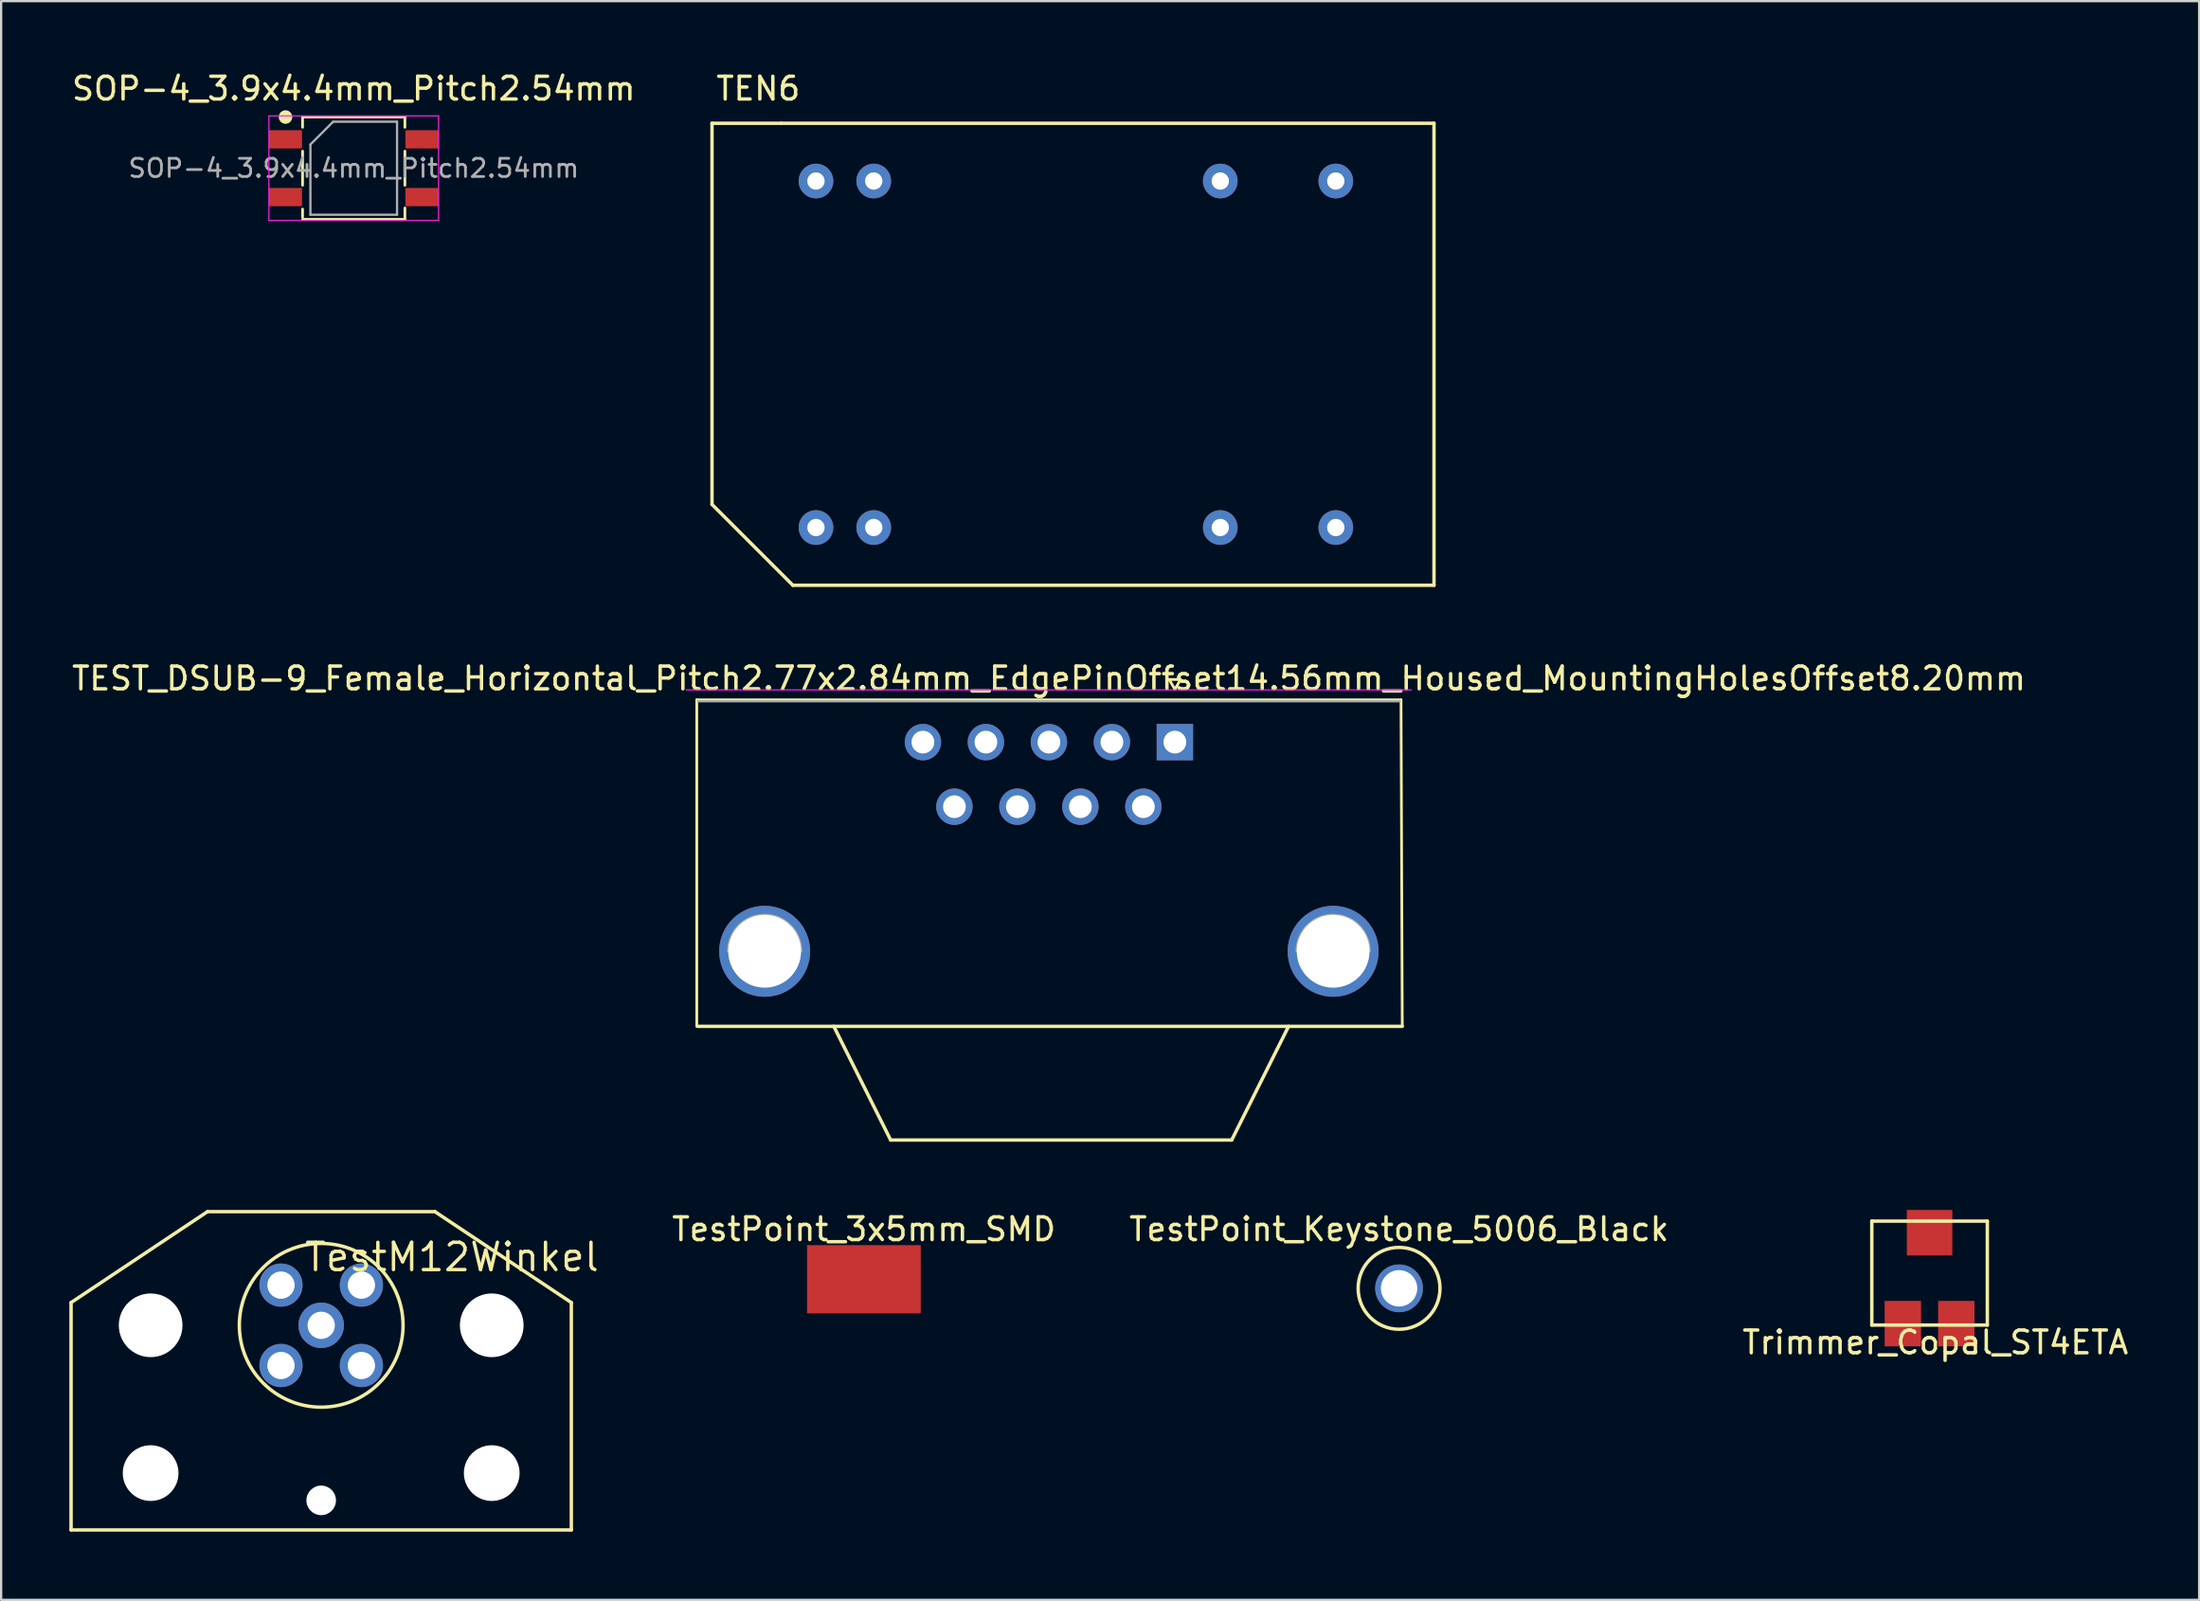
<source format=kicad_pcb>
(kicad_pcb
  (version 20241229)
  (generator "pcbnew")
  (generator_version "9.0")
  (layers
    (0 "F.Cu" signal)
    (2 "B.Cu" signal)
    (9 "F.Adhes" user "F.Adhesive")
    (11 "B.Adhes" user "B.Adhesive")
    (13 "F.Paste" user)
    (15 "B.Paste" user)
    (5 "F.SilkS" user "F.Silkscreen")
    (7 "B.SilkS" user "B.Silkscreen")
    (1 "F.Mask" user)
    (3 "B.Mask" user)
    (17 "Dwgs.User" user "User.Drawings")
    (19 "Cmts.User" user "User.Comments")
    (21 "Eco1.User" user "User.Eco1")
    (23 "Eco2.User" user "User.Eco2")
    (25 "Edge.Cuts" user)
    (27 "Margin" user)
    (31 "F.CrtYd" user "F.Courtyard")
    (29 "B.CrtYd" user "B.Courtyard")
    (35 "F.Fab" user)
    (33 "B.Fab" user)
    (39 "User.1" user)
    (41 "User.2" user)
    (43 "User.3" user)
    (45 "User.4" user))
  (footprint "TEN6"
    (layer "F.Cu")
    (at 28.262 22.692)
    (property "Reference" "TEN6" (at 2.032 -21.844 0) (layer "F.SilkS") (effects (font (size 1 1) (thickness 0.15))))
    (attr smd)
    (fp_line (start 0 -20.32) (end 0 -3.556) (stroke (width 0.15) (type solid)) (layer "F.SilkS"))
    (fp_line (start 0 -3.556) (end 3.556 0) (stroke (width 0.15) (type solid)) (layer "F.SilkS"))
    (fp_line (start 3.048 -20.32) (end 0 -20.32) (stroke (width 0.15) (type solid)) (layer "F.SilkS"))
    (fp_line (start 3.556 0) (end 31.75 0) (stroke (width 0.15) (type solid)) (layer "F.SilkS"))
    (fp_line (start 31.75 -20.32) (end 3.048 -20.32) (stroke (width 0.15) (type solid)) (layer "F.SilkS"))
    (fp_line (start 31.75 -20.32) (end 31.75 0) (stroke (width 0.15) (type solid)) (layer "F.SilkS"))
    (pad "2" thru_hole circle (at 4.572 -2.54) (size 1.524 1.524) (drill 0.762) (layers "*.Cu" "*.Mask"))
    (pad "3" thru_hole circle (at 7.112 -2.54) (size 1.524 1.524) (drill 0.762) (layers "*.Cu" "*.Mask"))
    (pad "9" thru_hole circle (at 22.352 -2.54) (size 1.524 1.524) (drill 0.762) (layers "*.Cu" "*.Mask"))
    (pad "11" thru_hole circle (at 27.432 -2.54) (size 1.524 1.524) (drill 0.762) (layers "*.Cu" "*.Mask"))
    (pad "14" thru_hole circle (at 27.432 -17.78) (size 1.524 1.524) (drill 0.762) (layers "*.Cu" "*.Mask"))
    (pad "16" thru_hole circle (at 22.352 -17.78) (size 1.524 1.524) (drill 0.762) (layers "*.Cu" "*.Mask"))
    (pad "22" thru_hole circle (at 7.112 -17.78) (size 1.524 1.524) (drill 0.762) (layers "*.Cu" "*.Mask"))
    (pad "23" thru_hole circle (at 4.572 -17.78) (size 1.524 1.524) (drill 0.762) (layers "*.Cu" "*.Mask")))
  (footprint "TestPoint_3x5mm_SMD"
    (layer "F.Cu")
    (at 34.941 53.214)
    (property "Reference" "TestPoint_3x5mm_SMD" (at 0 -2.2 0) (layer "F.SilkS") (effects (font (size 1 1) (thickness 0.15))))
    (attr through_hole)
    (pad "1" smd rect (at 0 0) (size 5 3) (layers "F.Cu" "F.Mask" "F.Paste")))
  (footprint "SOP-4_3.9x4.4mm_Pitch2.54mm"
    (layer "F.Cu")
    (at 12.506 4.348)
    (property "Reference" "SOP-4_3.9x4.4mm_Pitch2.54mm" (at 0 -3.5 0) (layer "F.SilkS") (effects (font (size 1 1) (thickness 0.15))))
    (attr smd)
    (fp_line (start -2.25 -2.25) (end 2.25 -2.25) (stroke (width 0.12) (type solid)) (layer "F.SilkS"))
    (fp_line (start -2.25 -1.8) (end -2.25 -2.25) (stroke (width 0.12) (type solid)) (layer "F.SilkS"))
    (fp_line (start -2.25 0.75) (end -2.25 -0.75) (stroke (width 0.12) (type solid)) (layer "F.SilkS"))
    (fp_line (start -2.25 1.8) (end -2.25 2.15) (stroke (width 0.12) (type solid)) (layer "F.SilkS"))
    (fp_line (start -2.25 2.25) (end 2.25 2.25) (stroke (width 0.12) (type solid)) (layer "F.SilkS"))
    (fp_line (start 2.25 -2.25) (end 2.25 -1.8) (stroke (width 0.12) (type solid)) (layer "F.SilkS"))
    (fp_line (start 2.25 0.75) (end 2.25 -0.75) (stroke (width 0.12) (type solid)) (layer "F.SilkS"))
    (fp_line (start 2.25 2.25) (end 2.25 1.75) (stroke (width 0.12) (type solid)) (layer "F.SilkS"))
    (fp_circle (center -3 -2.25) (end -2.85 -2.25) (stroke (width 0.3) (type solid)) (fill no) (layer "F.SilkS"))
    (fp_line (start -3.73 -2.3) (end 3.73 -2.3) (stroke (width 0.05) (type solid)) (layer "F.CrtYd"))
    (fp_line (start -3.73 2.3) (end -3.73 -2.3) (stroke (width 0.05) (type solid)) (layer "F.CrtYd"))
    (fp_line (start 3.73 -2.3) (end 3.73 2.3) (stroke (width 0.05) (type solid)) (layer "F.CrtYd"))
    (fp_line (start 3.73 2.3) (end -3.73 2.3) (stroke (width 0.05) (type solid)) (layer "F.CrtYd"))
    (fp_line (start -1.905 -1.044) (end -0.905 -2.045) (stroke (width 0.1) (type solid)) (layer "F.Fab"))
    (fp_line (start -1.905 2.045) (end -1.905 -1.044) (stroke (width 0.1) (type solid)) (layer "F.Fab"))
    (fp_line (start -1.905 2.045) (end 1.905 2.045) (stroke (width 0.1) (type solid)) (layer "F.Fab"))
    (fp_line (start -0.905 -2.045) (end 1.905 -2.045) (stroke (width 0.1) (type solid)) (layer "F.Fab"))
    (fp_line (start 1.905 2.045) (end 1.905 -2.045) (stroke (width 0.1) (type solid)) (layer "F.Fab"))
    (fp_text user "${REFERENCE}" (at 0 0 0) (layer "F.Fab") (effects (font (size 0.8 0.8) (thickness 0.12))))
    (pad "1" smd rect (at -3 -1.27) (size 1.45 0.8) (layers "F.Cu" "F.Mask" "F.Paste"))
    (pad "2" smd rect (at -3 1.27) (size 1.45 0.8) (layers "F.Cu" "F.Mask" "F.Paste"))
    (pad "3" smd rect (at 3 1.27) (size 1.45 0.8) (layers "F.Cu" "F.Mask" "F.Paste"))
    (pad "4" smd rect (at 3 -1.27) (size 1.45 0.8) (layers "F.Cu" "F.Mask" "F.Paste")))
  (footprint "Trimmer_Copal_ST4ETA"
    (layer "F.Cu")
    (at 81.806 51.166)
    (property "Reference" "Trimmer_Copal_ST4ETA" (at 0.254 4.826 0) (layer "F.SilkS") (effects (font (size 1 1) (thickness 0.15))))
    (attr through_hole)
    (fp_line (start -2.54 -0.508) (end 2.54 -0.508) (stroke (width 0.15) (type solid)) (layer "F.SilkS"))
    (fp_line (start -2.54 4.064) (end -2.54 -0.508) (stroke (width 0.15) (type solid)) (layer "F.SilkS"))
    (fp_line (start 2.54 -0.508) (end 2.54 4.064) (stroke (width 0.15) (type solid)) (layer "F.SilkS"))
    (fp_line (start 2.54 4.064) (end -2.54 4.064) (stroke (width 0.15) (type solid)) (layer "F.SilkS"))
    (pad "1" smd rect (at -1.175 4) (size 1.6 2) (layers "F.Cu" "F.Mask" "F.Paste"))
    (pad "2" smd rect (at 0 0) (size 2 2) (layers "F.Cu" "F.Mask" "F.Paste"))
    (pad "3" smd rect (at 1.175 4) (size 1.6 2) (layers "F.Cu" "F.Mask" "F.Paste")))
  (footprint "TestPoint_Keystone_5006_Black"
    (layer "F.Cu")
    (at 58.476 53.614)
    (property "Reference" "TestPoint_Keystone_5006_Black" (at 0 -2.6 0) (layer "F.SilkS") (effects (font (size 1 1) (thickness 0.15))))
    (attr through_hole)
    (fp_circle (center 0 0) (end 1.8 0) (stroke (width 0.15) (type solid)) (fill no) (layer "F.SilkS"))
    (pad "1" thru_hole circle (at 0 0) (size 2.1 2.1) (drill 1.6) (layers "*.Cu" "*.Mask")))
  (footprint "TestM12Winkel"
    (layer "F.Cu")
    (at 11.075 55.24)
    (property "Reference" "TestM12Winkel" (at 5.75 -3 0) (layer "F.SilkS") (effects (font (size 1.2 1.2) (thickness 0.15))))
    (attr through_hole)
    (fp_line (start -11 -1) (end -5 -5) (stroke (width 0.15) (type solid)) (layer "F.SilkS"))
    (fp_line (start -11 9) (end -11 -1) (stroke (width 0.15) (type solid)) (layer "F.SilkS"))
    (fp_line (start -5 -5) (end 5 -5) (stroke (width 0.15) (type solid)) (layer "F.SilkS"))
    (fp_line (start 5 -5) (end 11 -1) (stroke (width 0.15) (type solid)) (layer "F.SilkS"))
    (fp_line (start 11 -1) (end 11 9) (stroke (width 0.15) (type solid)) (layer "F.SilkS"))
    (fp_line (start 11 9) (end -11 9) (stroke (width 0.15) (type solid)) (layer "F.SilkS"))
    (fp_circle (center 0 0) (end 0 3.6) (stroke (width 0.15) (type solid)) (fill no) (layer "F.SilkS"))
    (pad "" np_thru_hole circle (at -7.5 0) (size 2.8 2.8) (drill 2.8) (layers "*.Cu" "*.Mask"))
    (pad "" np_thru_hole circle (at -7.5 6.5) (size 2.45 2.45) (drill 2.45) (layers "*.Cu" "*.Mask"))
    (pad "" np_thru_hole circle (at 0 7.7) (size 1.3 1.3) (drill 1.3) (layers "*.Cu" "*.Mask"))
    (pad "" np_thru_hole circle (at 7.5 0) (size 2.8 2.8) (drill 2.8) (layers "*.Cu" "*.Mask"))
    (pad "" np_thru_hole circle (at 7.5 6.5) (size 2.45 2.45) (drill 2.45) (layers "*.Cu" "*.Mask"))
    (pad "1" thru_hole oval (at -1.768 -1.768) (size 1.9 1.9) (drill 1.2) (layers "*.Cu" "*.Mask"))
    (pad "2" thru_hole oval (at 1.768 -1.768) (size 1.9 1.9) (drill 1.2) (layers "*.Cu" "*.Mask"))
    (pad "3" thru_hole oval (at 1.768 1.768) (size 1.9 1.9) (drill 1.2) (layers "*.Cu" "*.Mask"))
    (pad "4" thru_hole oval (at -1.768 1.768) (size 1.9 1.9) (drill 1.2) (layers "*.Cu" "*.Mask"))
    (pad "5" thru_hole circle (at 0 0) (size 2 2) (drill 1.2) (layers "*.Cu" "*.Mask")))
  (footprint "TEST_DSUB-9_Female_Horizontal_Pitch2.77x2.84mm_EdgePinOffset14.56mm_Housed_MountingHolesOffset8.20mm"
    (layer "F.Cu")
    (at 48.617 29.59)
    (property "Reference" "TEST_DSUB-9_Female_Horizontal_Pitch2.77x2.84mm_EdgePinOffset14.56mm_Housed_MountingHolesOffset8.20mm" (at -5.54 -2.8 0) (layer "F.SilkS") (effects (font (size 1 1) (thickness 0.15))))
    (attr through_hole)
    (fp_line (start -21.025 -1.86) (end 9.945 -1.86) (stroke (width 0.12) (type solid)) (layer "F.SilkS"))
    (fp_line (start -21.025 12.5) (end -21.025 -1.86) (stroke (width 0.12) (type solid)) (layer "F.SilkS"))
    (fp_line (start -21 12.5) (end 10 12.5) (stroke (width 0.15) (type solid)) (layer "F.SilkS"))
    (fp_line (start -15 12.5) (end -12.5 17.5) (stroke (width 0.15) (type solid)) (layer "F.SilkS"))
    (fp_line (start -12.5 17.5) (end 2.5 17.5) (stroke (width 0.15) (type solid)) (layer "F.SilkS"))
    (fp_line (start -0.25 -2.754) (end 0.25 -2.754) (stroke (width 0.12) (type solid)) (layer "F.SilkS"))
    (fp_line (start 0 -2.321) (end -0.25 -2.754) (stroke (width 0.12) (type solid)) (layer "F.SilkS"))
    (fp_line (start 0.25 -2.754) (end 0 -2.321) (stroke (width 0.12) (type solid)) (layer "F.SilkS"))
    (fp_line (start 2.5 17.5) (end 5 12.5) (stroke (width 0.15) (type solid)) (layer "F.SilkS"))
    (fp_line (start 9.945 -1.86) (end 10 12.5) (stroke (width 0.12) (type solid)) (layer "F.SilkS"))
    (fp_line (start 10.4 -2.3) (end -21.5 -2.3) (stroke (width 0.05) (type solid)) (layer "F.CrtYd"))
    (fp_line (start 9.885 -1.8) (end -20.965 -1.8) (stroke (width 0.1) (type solid)) (layer "F.Fab"))
    (fp_arc (start -19.64 9.2) (mid -18.04 7.6) (end -16.44 9.2) (stroke (width 0.1) (type solid)) (layer "F.Fab"))
    (fp_arc (start 5.36 9.2) (mid 6.96 7.6) (end 8.56 9.2) (stroke (width 0.1) (type solid)) (layer "F.Fab"))
    (pad "0" thru_hole circle (at -18.04 9.2) (size 4 4) (drill 3.2) (layers "*.Cu" "*.Mask"))
    (pad "0" thru_hole circle (at 6.96 9.2) (size 4 4) (drill 3.2) (layers "*.Cu" "*.Mask"))
    (pad "1" thru_hole rect (at 0 0) (size 1.6 1.6) (drill 1) (layers "*.Cu" "*.Mask"))
    (pad "2" thru_hole circle (at -2.77 0) (size 1.6 1.6) (drill 1) (layers "*.Cu" "*.Mask"))
    (pad "3" thru_hole circle (at -5.54 0) (size 1.6 1.6) (drill 1) (layers "*.Cu" "*.Mask"))
    (pad "4" thru_hole circle (at -8.31 0) (size 1.6 1.6) (drill 1) (layers "*.Cu" "*.Mask"))
    (pad "5" thru_hole circle (at -11.08 0) (size 1.6 1.6) (drill 1) (layers "*.Cu" "*.Mask"))
    (pad "6" thru_hole circle (at -1.385 2.84) (size 1.6 1.6) (drill 1) (layers "*.Cu" "*.Mask"))
    (pad "7" thru_hole circle (at -4.155 2.84) (size 1.6 1.6) (drill 1) (layers "*.Cu" "*.Mask"))
    (pad "8" thru_hole circle (at -6.925 2.84) (size 1.6 1.6) (drill 1) (layers "*.Cu" "*.Mask"))
    (pad "9" thru_hole circle (at -9.695 2.84) (size 1.6 1.6) (drill 1) (layers "*.Cu" "*.Mask")))
  (gr_rect
    (start -3 -3)
    (end 93.661 67.316)
    (stroke (width 0.1) (type default))
    (fill no)
    (layer "Edge.Cuts")))
</source>
